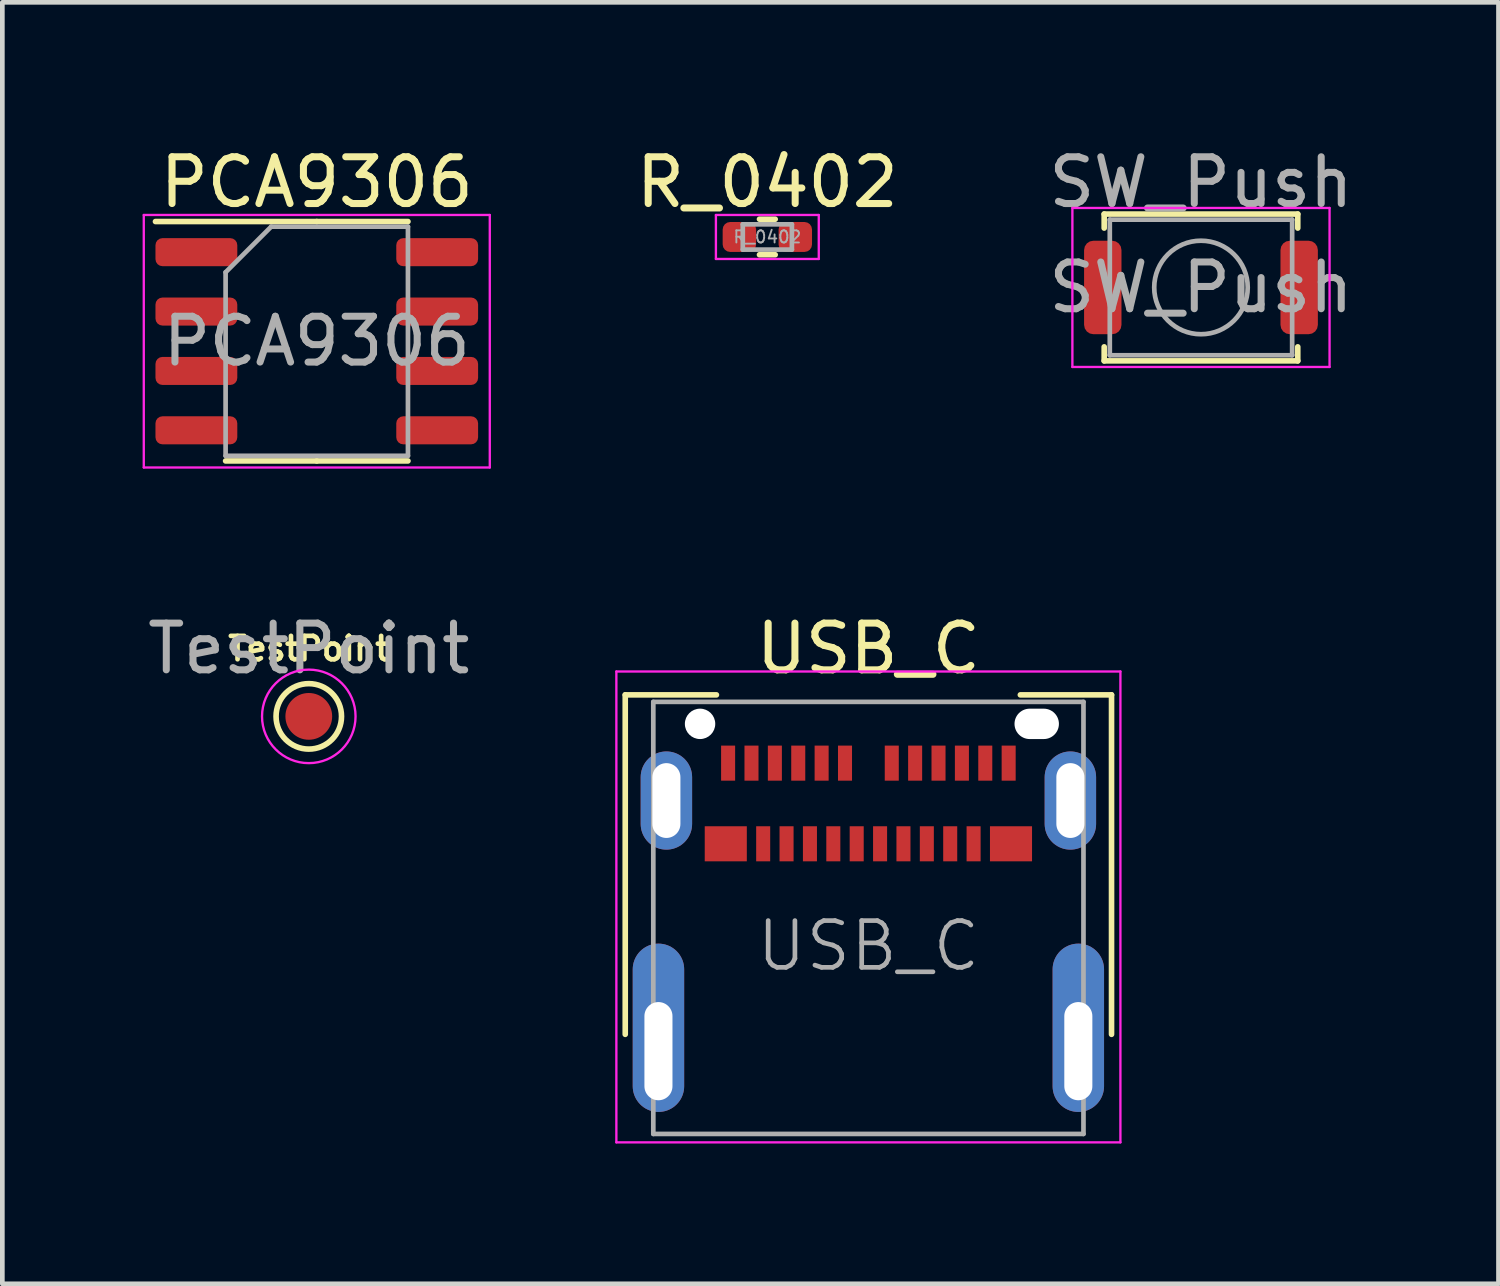
<source format=kicad_pcb>
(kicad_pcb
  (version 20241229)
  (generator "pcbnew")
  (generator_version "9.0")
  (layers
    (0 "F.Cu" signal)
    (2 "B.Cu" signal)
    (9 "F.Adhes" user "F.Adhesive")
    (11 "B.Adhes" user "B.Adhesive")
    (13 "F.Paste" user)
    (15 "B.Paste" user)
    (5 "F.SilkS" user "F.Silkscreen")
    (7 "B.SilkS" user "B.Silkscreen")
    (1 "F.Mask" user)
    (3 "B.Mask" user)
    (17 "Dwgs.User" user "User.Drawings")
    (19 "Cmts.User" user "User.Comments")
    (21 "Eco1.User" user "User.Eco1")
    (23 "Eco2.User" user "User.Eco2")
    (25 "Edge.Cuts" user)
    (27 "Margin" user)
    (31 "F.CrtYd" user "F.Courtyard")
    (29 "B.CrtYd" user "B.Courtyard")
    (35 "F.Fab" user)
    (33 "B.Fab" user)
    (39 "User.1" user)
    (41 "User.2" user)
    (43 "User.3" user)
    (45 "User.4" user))
  (footprint "R_0402"
    (layer "F.Cu")
    (at 13.361 2.018)
    (property "Reference" "R_0402" (at 0 -1.17 0) (layer "F.SilkS") (effects (font (size 1 1) (thickness 0.15))))
    (attr smd)
    (fp_line (start -0.168 -0.38) (end 0.168 -0.38) (stroke (width 0.12) (type solid)) (layer "F.SilkS"))
    (fp_line (start -0.168 0.38) (end 0.168 0.38) (stroke (width 0.12) (type solid)) (layer "F.SilkS"))
    (fp_line (start -1.1 -0.47) (end 1.1 -0.47) (stroke (width 0.05) (type solid)) (layer "F.CrtYd"))
    (fp_line (start -1.1 0.47) (end -1.1 -0.47) (stroke (width 0.05) (type solid)) (layer "F.CrtYd"))
    (fp_line (start 1.1 -0.47) (end 1.1 0.47) (stroke (width 0.05) (type solid)) (layer "F.CrtYd"))
    (fp_line (start 1.1 0.47) (end -1.1 0.47) (stroke (width 0.05) (type solid)) (layer "F.CrtYd"))
    (fp_line (start -0.525 -0.27) (end 0.525 -0.27) (stroke (width 0.1) (type solid)) (layer "F.Fab"))
    (fp_line (start -0.525 0.27) (end -0.525 -0.27) (stroke (width 0.1) (type solid)) (layer "F.Fab"))
    (fp_line (start 0.525 -0.27) (end 0.525 0.27) (stroke (width 0.1) (type solid)) (layer "F.Fab"))
    (fp_line (start 0.525 0.27) (end -0.525 0.27) (stroke (width 0.1) (type solid)) (layer "F.Fab"))
    (fp_text user "${REFERENCE}" (at 0 0 0) (layer "F.Fab") (effects (font (size 0.26 0.26) (thickness 0.04))))
    (pad "1" smd roundrect (at -0.598 0) (size 0.715 0.64) (layers "F.Cu" "F.Mask" "F.Paste") (roundrect_rratio 0.25))
    (pad "2" smd roundrect (at 0.598 0) (size 0.715 0.64) (layers "F.Cu" "F.Mask" "F.Paste") (roundrect_rratio 0.25)))
  (footprint "SW_Push"
    (layer "F.Cu")
    (at 22.635 3.098)
    (property "Reference" "SW_Push" (at 0 -2.25 0) (layer "F.Fab") (effects (font (size 1 1) (thickness 0.15))))
    (attr smd)
    (fp_line (start -2.07 -1.57) (end 2.07 -1.57) (stroke (width 0.12) (type solid)) (layer "F.SilkS"))
    (fp_line (start -2.07 -1.27) (end -2.07 -1.57) (stroke (width 0.12) (type solid)) (layer "F.SilkS"))
    (fp_line (start -2.07 1.57) (end -2.07 1.27) (stroke (width 0.12) (type solid)) (layer "F.SilkS"))
    (fp_line (start 2.07 -1.57) (end 2.07 -1.27) (stroke (width 0.12) (type solid)) (layer "F.SilkS"))
    (fp_line (start 2.07 1.27) (end 2.07 1.57) (stroke (width 0.12) (type solid)) (layer "F.SilkS"))
    (fp_line (start 2.07 1.57) (end -2.07 1.57) (stroke (width 0.12) (type solid)) (layer "F.SilkS"))
    (fp_line (start -2.75 -1.7) (end 2.75 -1.7) (stroke (width 0.05) (type solid)) (layer "F.CrtYd"))
    (fp_line (start -2.75 1.7) (end -2.75 -1.7) (stroke (width 0.05) (type solid)) (layer "F.CrtYd"))
    (fp_line (start 2.75 -1.7) (end 2.75 1.7) (stroke (width 0.05) (type solid)) (layer "F.CrtYd"))
    (fp_line (start 2.75 1.7) (end -2.75 1.7) (stroke (width 0.05) (type solid)) (layer "F.CrtYd"))
    (fp_line (start -1.95 -1.45) (end 1.95 -1.45) (stroke (width 0.1) (type solid)) (layer "F.Fab"))
    (fp_line (start -1.95 1.45) (end -1.95 -1.45) (stroke (width 0.1) (type solid)) (layer "F.Fab"))
    (fp_line (start 1.95 -1.45) (end 1.95 1.45) (stroke (width 0.1) (type solid)) (layer "F.Fab"))
    (fp_line (start 1.95 1.45) (end -1.95 1.45) (stroke (width 0.1) (type solid)) (layer "F.Fab"))
    (fp_circle (center 0 0) (end 1 0) (stroke (width 0.1) (type solid)) (fill no) (layer "F.Fab"))
    (fp_text user "${REFERENCE}" (at 0 0 0) (layer "F.Fab") (effects (font (size 1 1) (thickness 0.15))))
    (pad "1" smd roundrect (at -2.1 0) (size 0.8 2) (layers "F.Cu" "F.Mask" "F.Paste") (roundrect_rratio 0.25))
    (pad "2" smd roundrect (at 2.1 0) (size 0.8 2) (layers "F.Cu" "F.Mask" "F.Paste") (roundrect_rratio 0.25)))
  (footprint "PCA9306"
    (layer "F.Cu")
    (at 3.725 4.248)
    (property "Reference" "PCA9306" (at 0 -3.4 0) (layer "F.SilkS") (effects (font (size 1 1) (thickness 0.15))))
    (attr smd)
    (fp_line (start 0 -2.56) (end -3.45 -2.56) (stroke (width 0.12) (type solid)) (layer "F.SilkS"))
    (fp_line (start 0 -2.56) (end 1.95 -2.56) (stroke (width 0.12) (type solid)) (layer "F.SilkS"))
    (fp_line (start 0 2.56) (end -1.95 2.56) (stroke (width 0.12) (type solid)) (layer "F.SilkS"))
    (fp_line (start 0 2.56) (end 1.95 2.56) (stroke (width 0.12) (type solid)) (layer "F.SilkS"))
    (fp_line (start -3.7 -2.7) (end -3.7 2.7) (stroke (width 0.05) (type solid)) (layer "F.CrtYd"))
    (fp_line (start -3.7 2.7) (end 3.7 2.7) (stroke (width 0.05) (type solid)) (layer "F.CrtYd"))
    (fp_line (start 3.7 -2.7) (end -3.7 -2.7) (stroke (width 0.05) (type solid)) (layer "F.CrtYd"))
    (fp_line (start 3.7 2.7) (end 3.7 -2.7) (stroke (width 0.05) (type solid)) (layer "F.CrtYd"))
    (fp_line (start -1.95 -1.475) (end -0.975 -2.45) (stroke (width 0.1) (type solid)) (layer "F.Fab"))
    (fp_line (start -1.95 2.45) (end -1.95 -1.475) (stroke (width 0.1) (type solid)) (layer "F.Fab"))
    (fp_line (start -0.975 -2.45) (end 1.95 -2.45) (stroke (width 0.1) (type solid)) (layer "F.Fab"))
    (fp_line (start 1.95 -2.45) (end 1.95 2.45) (stroke (width 0.1) (type solid)) (layer "F.Fab"))
    (fp_line (start 1.95 2.45) (end -1.95 2.45) (stroke (width 0.1) (type solid)) (layer "F.Fab"))
    (fp_text user "${REFERENCE}" (at 0 0 0) (layer "F.Fab") (effects (font (size 0.98 0.98) (thickness 0.15))))
    (pad "1" smd roundrect (at -2.575 -1.905) (size 1.75 0.6) (layers "F.Cu" "F.Mask" "F.Paste") (roundrect_rratio 0.25))
    (pad "2" smd roundrect (at -2.575 -0.635) (size 1.75 0.6) (layers "F.Cu" "F.Mask" "F.Paste") (roundrect_rratio 0.25))
    (pad "3" smd roundrect (at -2.575 0.635) (size 1.75 0.6) (layers "F.Cu" "F.Mask" "F.Paste") (roundrect_rratio 0.25))
    (pad "4" smd roundrect (at -2.575 1.905) (size 1.75 0.6) (layers "F.Cu" "F.Mask" "F.Paste") (roundrect_rratio 0.25))
    (pad "5" smd roundrect (at 2.575 1.905) (size 1.75 0.6) (layers "F.Cu" "F.Mask" "F.Paste") (roundrect_rratio 0.25))
    (pad "6" smd roundrect (at 2.575 0.635) (size 1.75 0.6) (layers "F.Cu" "F.Mask" "F.Paste") (roundrect_rratio 0.25))
    (pad "7" smd roundrect (at 2.575 -0.635) (size 1.75 0.6) (layers "F.Cu" "F.Mask" "F.Paste") (roundrect_rratio 0.25))
    (pad "8" smd roundrect (at 2.575 -1.905) (size 1.75 0.6) (layers "F.Cu" "F.Mask" "F.Paste") (roundrect_rratio 0.25)))
  (footprint "TestPoint"
    (layer "F.Cu")
    (at 3.554 12.271)
    (property "Reference" "TestPoint" (at 0 -1.448 0) (layer "F.SilkS") (effects (font (size 0.5 0.5) (thickness 0.1))))
    (attr exclude_from_pos_files exclude_from_bom)
    (fp_circle (center 0 0) (end 0 0.7) (stroke (width 0.12) (type solid)) (fill no) (layer "F.SilkS"))
    (fp_circle (center 0 0) (end 1 0) (stroke (width 0.05) (type solid)) (fill no) (layer "F.CrtYd"))
    (fp_text user "${REFERENCE}" (at 0 -1.45 0) (layer "F.Fab") (effects (font (size 1 1) (thickness 0.15))))
    (pad "1" smd circle (at 0 0) (size 1 1) (layers "F.Cu" "F.Mask")))
  (footprint "USB_C"
    (layer "F.Cu")
    (at 15.522 17.181)
    (property "Reference" "USB_C" (at 0 -6.36 0) (layer "F.SilkS") (effects (font (size 1 1) (thickness 0.15))))
    (attr smd)
    (fp_line (start -5.2 -5.37) (end -5.2 1.89) (stroke (width 0.12) (type solid)) (layer "F.SilkS"))
    (fp_line (start -5.2 -5.37) (end -3.25 -5.37) (stroke (width 0.12) (type solid)) (layer "F.SilkS"))
    (fp_line (start 3.25 -5.37) (end 5.2 -5.37) (stroke (width 0.12) (type solid)) (layer "F.SilkS"))
    (fp_line (start 5.2 -5.37) (end 5.2 1.89) (stroke (width 0.12) (type solid)) (layer "F.SilkS"))
    (fp_line (start -5.39 -5.87) (end 5.39 -5.87) (stroke (width 0.05) (type solid)) (layer "F.CrtYd"))
    (fp_line (start -5.39 4.2) (end -5.39 -5.87) (stroke (width 0.05) (type solid)) (layer "F.CrtYd"))
    (fp_line (start 5.39 -5.87) (end 5.39 4.2) (stroke (width 0.05) (type solid)) (layer "F.CrtYd"))
    (fp_line (start 5.39 4.2) (end -5.39 4.2) (stroke (width 0.05) (type solid)) (layer "F.CrtYd"))
    (fp_line (start -4.6 -5.22) (end 4.6 -5.22) (stroke (width 0.1) (type solid)) (layer "F.Fab"))
    (fp_line (start -4.6 4.02) (end -4.6 -5.22) (stroke (width 0.1) (type solid)) (layer "F.Fab"))
    (fp_line (start -4.6 4.02) (end 4.6 4.02) (stroke (width 0.1) (type solid)) (layer "F.Fab"))
    (fp_line (start 4.6 4.02) (end 4.6 -5.22) (stroke (width 0.1) (type solid)) (layer "F.Fab"))
    (fp_text user "${REFERENCE}" (at 0 0 0) (layer "F.Fab") (effects (font (size 1 1) (thickness 0.1))))
    (pad "" np_thru_hole circle (at -3.6 -4.75) (size 0.65 0.65) (drill 0.65) (layers "*.Cu" "*.Mask"))
    (pad "" np_thru_hole oval (at 3.6 -4.75) (size 0.95 0.65) (drill oval 0.95 0.65) (layers "*.Cu" "*.Mask"))
    (pad "A1" smd rect (at -3 -3.91) (size 0.3 0.75) (layers "F.Cu" "F.Mask" "F.Paste"))
    (pad "A2" smd rect (at -2.5 -3.91) (size 0.3 0.75) (layers "F.Cu" "F.Mask" "F.Paste"))
    (pad "A3" smd rect (at -2 -3.91) (size 0.3 0.75) (layers "F.Cu" "F.Mask" "F.Paste"))
    (pad "A4" smd rect (at -1.5 -3.91) (size 0.3 0.75) (layers "F.Cu" "F.Mask" "F.Paste"))
    (pad "A5" smd rect (at -1 -3.91) (size 0.3 0.75) (layers "F.Cu" "F.Mask" "F.Paste"))
    (pad "A6" smd rect (at -0.5 -3.91) (size 0.3 0.75) (layers "F.Cu" "F.Mask" "F.Paste"))
    (pad "A7" smd rect (at 0.5 -3.91) (size 0.3 0.75) (layers "F.Cu" "F.Mask" "F.Paste"))
    (pad "A8" smd rect (at 1 -3.91) (size 0.3 0.75) (layers "F.Cu" "F.Mask" "F.Paste"))
    (pad "A9" smd rect (at 1.5 -3.91) (size 0.3 0.75) (layers "F.Cu" "F.Mask" "F.Paste"))
    (pad "A10" smd rect (at 2 -3.91) (size 0.3 0.75) (layers "F.Cu" "F.Mask" "F.Paste"))
    (pad "A11" smd rect (at 2.5 -3.91) (size 0.3 0.75) (layers "F.Cu" "F.Mask" "F.Paste"))
    (pad "A12" smd rect (at 3 -3.91) (size 0.3 0.75) (layers "F.Cu" "F.Mask" "F.Paste"))
    (pad "B1" smd rect (at 3.05 -2.185) (size 0.9 0.75) (layers "F.Cu" "F.Mask" "F.Paste"))
    (pad "B2" smd rect (at 2.25 -2.185) (size 0.3 0.75) (layers "F.Cu" "F.Mask" "F.Paste"))
    (pad "B3" smd rect (at 1.75 -2.185) (size 0.3 0.75) (layers "F.Cu" "F.Mask" "F.Paste"))
    (pad "B4" smd rect (at 1.25 -2.185) (size 0.3 0.75) (layers "F.Cu" "F.Mask" "F.Paste"))
    (pad "B5" smd rect (at 0.75 -2.185) (size 0.3 0.75) (layers "F.Cu" "F.Mask" "F.Paste"))
    (pad "B6" smd rect (at 0.25 -2.185) (size 0.3 0.75) (layers "F.Cu" "F.Mask" "F.Paste"))
    (pad "B7" smd rect (at -0.25 -2.185) (size 0.3 0.75) (layers "F.Cu" "F.Mask" "F.Paste"))
    (pad "B8" smd rect (at -0.75 -2.185) (size 0.3 0.75) (layers "F.Cu" "F.Mask" "F.Paste"))
    (pad "B9" smd rect (at -1.25 -2.185) (size 0.3 0.75) (layers "F.Cu" "F.Mask" "F.Paste"))
    (pad "B10" smd rect (at -1.75 -2.185) (size 0.3 0.75) (layers "F.Cu" "F.Mask" "F.Paste"))
    (pad "B11" smd rect (at -2.25 -2.185) (size 0.3 0.75) (layers "F.Cu" "F.Mask" "F.Paste"))
    (pad "B12" smd rect (at -3.05 -2.185) (size 0.9 0.75) (layers "F.Cu" "F.Mask" "F.Paste"))
    (pad "S1" thru_hole oval (at -4.49 2.25) (size 1.1 3.6) (drill oval 0.6 2.1 (offset 0 -0.5)) (layers "*.Cu" "*.Mask"))
    (pad "S1" thru_hole oval (at -4.32 -3.11) (size 1.1 2.1) (drill oval 0.6 1.6) (layers "*.Cu" "*.Mask"))
    (pad "S1" thru_hole oval (at 4.32 -3.11) (size 1.1 2.1) (drill oval 0.6 1.6) (layers "*.Cu" "*.Mask"))
    (pad "S1" thru_hole oval (at 4.49 2.25) (size 1.1 3.6) (drill oval 0.6 2.1 (offset 0 -0.5)) (layers "*.Cu" "*.Mask")))
  (gr_rect
    (start -3 -3)
    (end 28.998 24.407)
    (stroke (width 0.1) (type default))
    (fill no)
    (layer "Edge.Cuts")))
</source>
